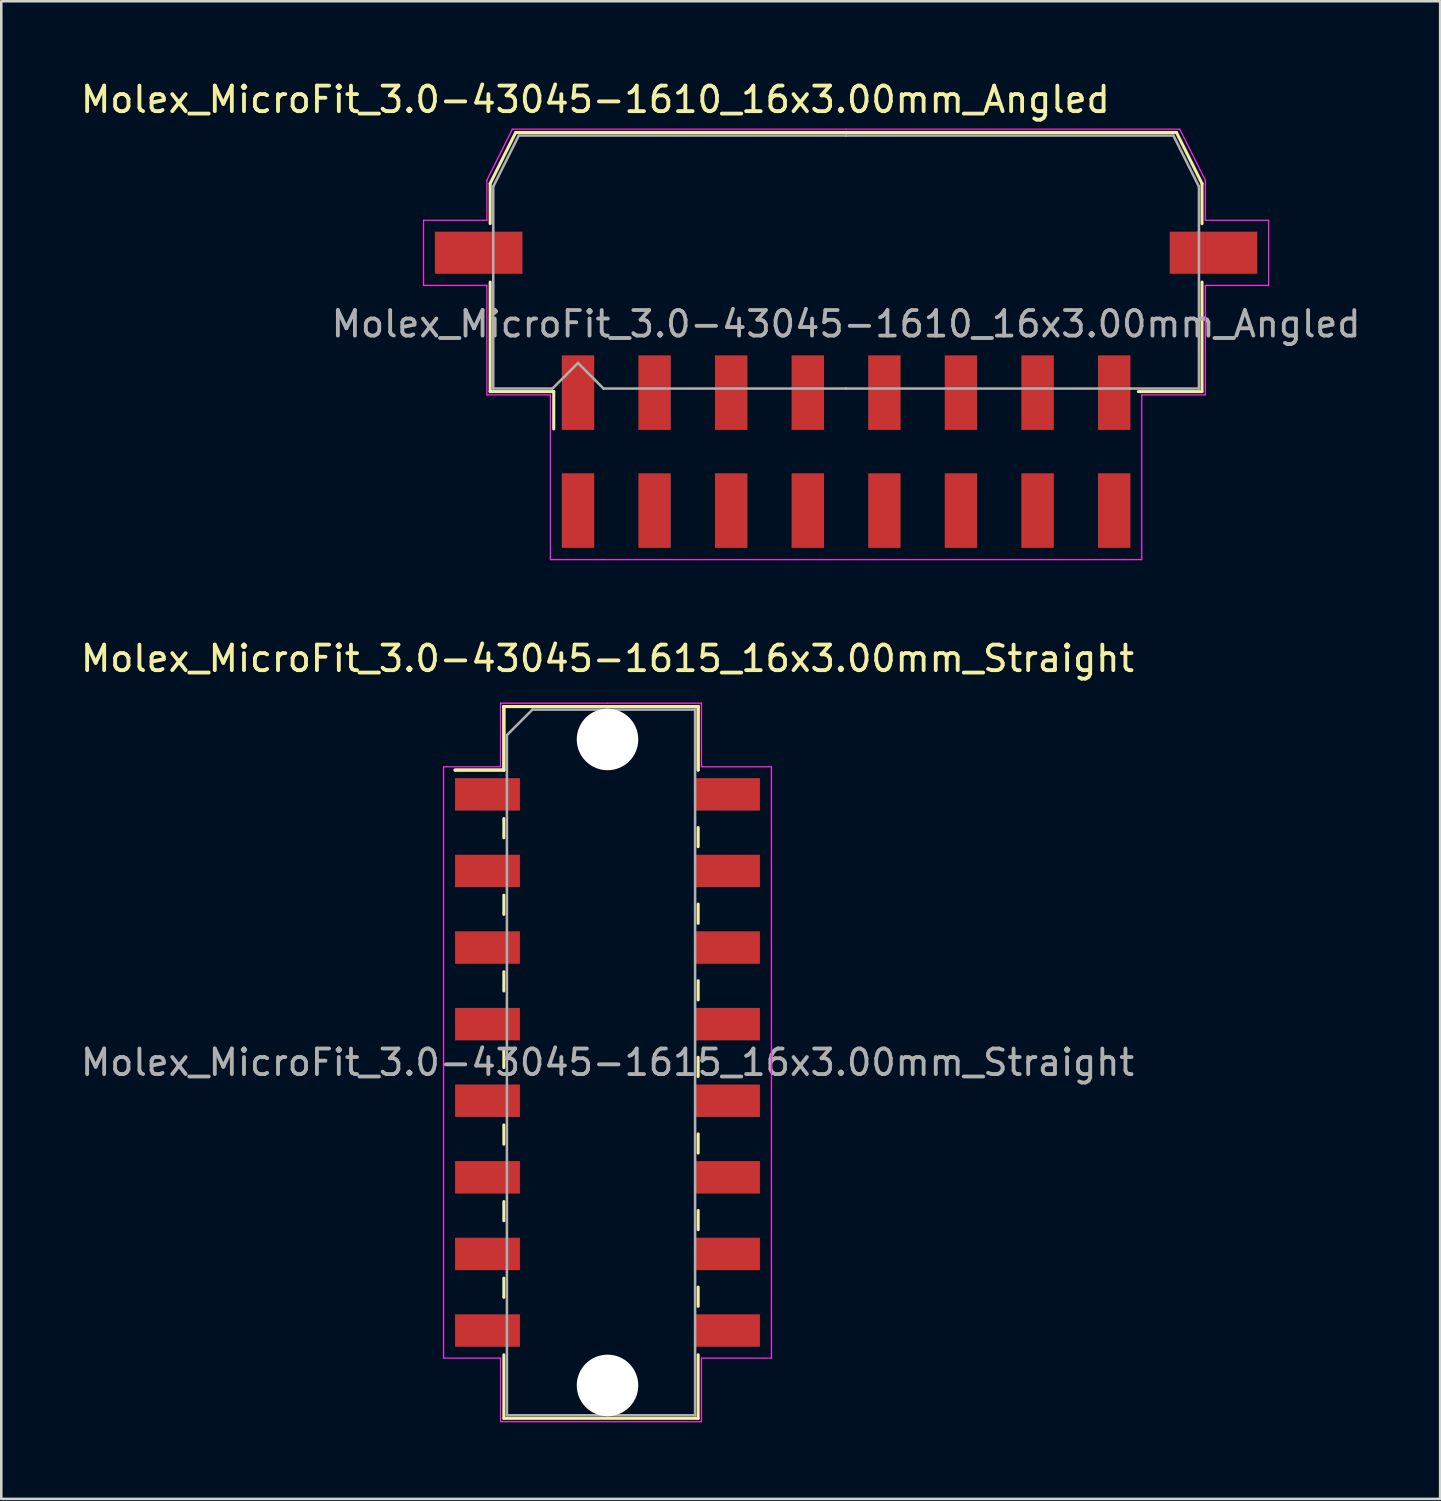
<source format=kicad_pcb>
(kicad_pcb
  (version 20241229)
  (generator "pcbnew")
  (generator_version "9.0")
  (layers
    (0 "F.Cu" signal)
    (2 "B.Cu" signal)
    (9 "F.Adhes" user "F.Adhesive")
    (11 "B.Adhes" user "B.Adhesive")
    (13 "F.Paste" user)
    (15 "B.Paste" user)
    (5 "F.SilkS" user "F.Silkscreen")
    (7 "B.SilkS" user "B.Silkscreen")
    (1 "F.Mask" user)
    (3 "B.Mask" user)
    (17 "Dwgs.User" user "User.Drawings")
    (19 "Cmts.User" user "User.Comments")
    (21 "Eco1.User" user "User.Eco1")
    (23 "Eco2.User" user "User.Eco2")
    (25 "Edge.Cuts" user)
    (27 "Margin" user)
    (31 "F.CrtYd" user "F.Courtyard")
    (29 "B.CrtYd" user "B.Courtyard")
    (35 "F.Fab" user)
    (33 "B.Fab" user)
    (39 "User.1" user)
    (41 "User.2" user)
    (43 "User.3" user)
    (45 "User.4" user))
  (footprint "Molex_MicroFit_3.0-43045-1615_16x3.00mm_Straight"
    (layer "F.Cu")
    (at 20.744 38.562)
    (property "Reference" "Molex_MicroFit_3.0-43045-1615_16x3.00mm_Straight" (at 0 -15.82 0) (layer "F.SilkS") (effects (font (size 1 1) (thickness 0.15))))
    (attr smd)
    (fp_line (start -5.97 -11.45) (end -4.06 -11.45) (stroke (width 0.12) (type solid)) (layer "F.SilkS"))
    (fp_line (start -5.97 -11.45) (end -4.06 -11.45) (stroke (width 0.12) (type solid)) (layer "F.SilkS"))
    (fp_line (start -4.06 -13.94) (end 3.55 -13.94) (stroke (width 0.12) (type solid)) (layer "F.SilkS"))
    (fp_line (start -4.06 -13.94) (end 3.55 -13.94) (stroke (width 0.12) (type solid)) (layer "F.SilkS"))
    (fp_line (start -4.06 -11.45) (end -4.06 -13.94) (stroke (width 0.12) (type solid)) (layer "F.SilkS"))
    (fp_line (start -4.06 -11.45) (end -4.06 -13.94) (stroke (width 0.12) (type solid)) (layer "F.SilkS"))
    (fp_line (start -4.06 -9.55) (end -4.06 -8.8) (stroke (width 0.12) (type solid)) (layer "F.SilkS"))
    (fp_line (start -4.06 -6.55) (end -4.06 -5.8) (stroke (width 0.12) (type solid)) (layer "F.SilkS"))
    (fp_line (start -4.06 -3.55) (end -4.06 -2.8) (stroke (width 0.12) (type solid)) (layer "F.SilkS"))
    (fp_line (start -4.06 -0.55) (end -4.06 0.2) (stroke (width 0.12) (type solid)) (layer "F.SilkS"))
    (fp_line (start -4.06 2.45) (end -4.06 3.2) (stroke (width 0.12) (type solid)) (layer "F.SilkS"))
    (fp_line (start -4.06 5.45) (end -4.06 6.2) (stroke (width 0.12) (type solid)) (layer "F.SilkS"))
    (fp_line (start -4.06 8.45) (end -4.06 9.2) (stroke (width 0.12) (type solid)) (layer "F.SilkS"))
    (fp_line (start -4.06 13.94) (end -4.06 11.45) (stroke (width 0.12) (type solid)) (layer "F.SilkS"))
    (fp_line (start 3.55 -13.94) (end 3.55 -11.45) (stroke (width 0.12) (type solid)) (layer "F.SilkS"))
    (fp_line (start 3.55 -13.94) (end 3.55 -11.45) (stroke (width 0.12) (type solid)) (layer "F.SilkS"))
    (fp_line (start 3.55 -8.45) (end 3.55 -9.2) (stroke (width 0.12) (type solid)) (layer "F.SilkS"))
    (fp_line (start 3.55 -5.45) (end 3.55 -6.2) (stroke (width 0.12) (type solid)) (layer "F.SilkS"))
    (fp_line (start 3.55 -2.45) (end 3.55 -3.2) (stroke (width 0.12) (type solid)) (layer "F.SilkS"))
    (fp_line (start 3.55 0.55) (end 3.55 -0.2) (stroke (width 0.12) (type solid)) (layer "F.SilkS"))
    (fp_line (start 3.55 3.55) (end 3.55 2.8) (stroke (width 0.12) (type solid)) (layer "F.SilkS"))
    (fp_line (start 3.55 6.55) (end 3.55 5.8) (stroke (width 0.12) (type solid)) (layer "F.SilkS"))
    (fp_line (start 3.55 9.55) (end 3.55 8.8) (stroke (width 0.12) (type solid)) (layer "F.SilkS"))
    (fp_line (start 3.55 11.45) (end 3.55 13.94) (stroke (width 0.12) (type solid)) (layer "F.SilkS"))
    (fp_line (start 3.55 13.94) (end -4.06 13.94) (stroke (width 0.12) (type solid)) (layer "F.SilkS"))
    (fp_line (start -6.42 -11.58) (end -4.19 -11.58) (stroke (width 0.05) (type solid)) (layer "F.CrtYd"))
    (fp_line (start -6.42 11.58) (end -6.42 -11.58) (stroke (width 0.05) (type solid)) (layer "F.CrtYd"))
    (fp_line (start -4.19 -14.07) (end 0 -14.07) (stroke (width 0.05) (type solid)) (layer "F.CrtYd"))
    (fp_line (start -4.19 -11.58) (end -4.19 -14.07) (stroke (width 0.05) (type solid)) (layer "F.CrtYd"))
    (fp_line (start -4.19 11.58) (end -6.42 11.58) (stroke (width 0.05) (type solid)) (layer "F.CrtYd"))
    (fp_line (start -4.19 14.07) (end -4.19 11.58) (stroke (width 0.05) (type solid)) (layer "F.CrtYd"))
    (fp_line (start 0 -14.07) (end 3.68 -14.07) (stroke (width 0.05) (type solid)) (layer "F.CrtYd"))
    (fp_line (start 0 14.07) (end -4.19 14.07) (stroke (width 0.05) (type solid)) (layer "F.CrtYd"))
    (fp_line (start 3.68 -14.07) (end 3.68 -11.58) (stroke (width 0.05) (type solid)) (layer "F.CrtYd"))
    (fp_line (start 3.68 -11.58) (end 6.42 -11.58) (stroke (width 0.05) (type solid)) (layer "F.CrtYd"))
    (fp_line (start 3.68 11.58) (end 3.68 14.07) (stroke (width 0.05) (type solid)) (layer "F.CrtYd"))
    (fp_line (start 3.68 14.07) (end 0 14.07) (stroke (width 0.05) (type solid)) (layer "F.CrtYd"))
    (fp_line (start 6.42 -11.58) (end 6.42 11.58) (stroke (width 0.05) (type solid)) (layer "F.CrtYd"))
    (fp_line (start 6.42 11.58) (end 3.68 11.58) (stroke (width 0.05) (type solid)) (layer "F.CrtYd"))
    (fp_line (start -3.94 -12.82) (end -2.94 -13.82) (stroke (width 0.1) (type solid)) (layer "F.Fab"))
    (fp_line (start -3.94 13.82) (end -3.94 -12.82) (stroke (width 0.1) (type solid)) (layer "F.Fab"))
    (fp_line (start -2.94 -13.82) (end 0 -13.82) (stroke (width 0.1) (type solid)) (layer "F.Fab"))
    (fp_line (start 0 -13.82) (end 3.43 -13.82) (stroke (width 0.1) (type solid)) (layer "F.Fab"))
    (fp_line (start 0 13.82) (end -3.94 13.82) (stroke (width 0.1) (type solid)) (layer "F.Fab"))
    (fp_line (start 3.43 -13.82) (end 3.43 13.82) (stroke (width 0.1) (type solid)) (layer "F.Fab"))
    (fp_line (start 3.43 13.82) (end 0 13.82) (stroke (width 0.1) (type solid)) (layer "F.Fab"))
    (fp_text user "${REFERENCE}" (at 0 0 0) (layer "F.Fab") (effects (font (size 1 1) (thickness 0.15))))
    (pad "" np_thru_hole circle (at 0 -12.65) (size 2.41 2.41) (drill 2.41) (layers "*.Cu"))
    (pad "" np_thru_hole circle (at 0 12.65) (size 2.41 2.41) (drill 2.41) (layers "*.Cu"))
    (pad "1" smd rect (at -4.7 -10.5) (size 2.54 1.27) (layers "F.Cu" "F.Mask" "F.Paste"))
    (pad "2" smd rect (at -4.7 -7.5) (size 2.54 1.27) (layers "F.Cu" "F.Mask" "F.Paste"))
    (pad "3" smd rect (at -4.7 -4.5) (size 2.54 1.27) (layers "F.Cu" "F.Mask" "F.Paste"))
    (pad "4" smd rect (at -4.7 -1.5) (size 2.54 1.27) (layers "F.Cu" "F.Mask" "F.Paste"))
    (pad "5" smd rect (at -4.7 1.5) (size 2.54 1.27) (layers "F.Cu" "F.Mask" "F.Paste"))
    (pad "6" smd rect (at -4.7 4.5) (size 2.54 1.27) (layers "F.Cu" "F.Mask" "F.Paste"))
    (pad "7" smd rect (at -4.7 7.5) (size 2.54 1.27) (layers "F.Cu" "F.Mask" "F.Paste"))
    (pad "8" smd rect (at -4.7 10.5) (size 2.54 1.27) (layers "F.Cu" "F.Mask" "F.Paste"))
    (pad "9" smd rect (at 4.7 10.5) (size 2.54 1.27) (layers "F.Cu" "F.Mask" "F.Paste"))
    (pad "10" smd rect (at 4.7 7.5) (size 2.54 1.27) (layers "F.Cu" "F.Mask" "F.Paste"))
    (pad "11" smd rect (at 4.7 4.5) (size 2.54 1.27) (layers "F.Cu" "F.Mask" "F.Paste"))
    (pad "12" smd rect (at 4.7 1.5) (size 2.54 1.27) (layers "F.Cu" "F.Mask" "F.Paste"))
    (pad "13" smd rect (at 4.7 -1.5) (size 2.54 1.27) (layers "F.Cu" "F.Mask" "F.Paste"))
    (pad "14" smd rect (at 4.7 -4.5) (size 2.54 1.27) (layers "F.Cu" "F.Mask" "F.Paste"))
    (pad "15" smd rect (at 4.7 -7.5) (size 2.54 1.27) (layers "F.Cu" "F.Mask" "F.Paste"))
    (pad "16" smd rect (at 4.7 -10.5) (size 2.54 1.27) (layers "F.Cu" "F.Mask" "F.Paste")))
  (footprint "Molex_MicroFit_3.0-43045-1610_16x3.00mm_Angled"
    (layer "F.Cu")
    (at 30.088 14.638)
    (property "Reference" "Molex_MicroFit_3.0-43045-1610_16x3.00mm_Angled" (at -9.82 -13.79 0) (layer "F.SilkS") (effects (font (size 1 1) (thickness 0.15))))
    (attr smd)
    (fp_line (start -13.94 -10.5) (end -13.94 -8.93) (stroke (width 0.12) (type solid)) (layer "F.SilkS"))
    (fp_line (start -13.94 -6.64) (end -13.94 -2.35) (stroke (width 0.12) (type solid)) (layer "F.SilkS"))
    (fp_line (start -13.94 -2.35) (end -11.45 -2.35) (stroke (width 0.12) (type solid)) (layer "F.SilkS"))
    (fp_line (start -12.94 -12.5) (end -13.94 -10.5) (stroke (width 0.12) (type solid)) (layer "F.SilkS"))
    (fp_line (start -11.45 -2.35) (end -11.45 -0.89) (stroke (width 0.12) (type solid)) (layer "F.SilkS"))
    (fp_line (start 0 -12.5) (end -12.94 -12.5) (stroke (width 0.12) (type solid)) (layer "F.SilkS"))
    (fp_line (start 0 -12.5) (end 12.94 -12.5) (stroke (width 0.12) (type solid)) (layer "F.SilkS"))
    (fp_line (start 12.94 -12.5) (end 13.94 -10.5) (stroke (width 0.12) (type solid)) (layer "F.SilkS"))
    (fp_line (start 13.94 -10.5) (end 13.94 -8.93) (stroke (width 0.12) (type solid)) (layer "F.SilkS"))
    (fp_line (start 13.94 -6.64) (end 13.94 -2.35) (stroke (width 0.12) (type solid)) (layer "F.SilkS"))
    (fp_line (start 13.94 -2.35) (end 11.45 -2.35) (stroke (width 0.12) (type solid)) (layer "F.SilkS"))
    (fp_line (start -16.55 -9.06) (end -16.55 -6.51) (stroke (width 0.05) (type solid)) (layer "F.CrtYd"))
    (fp_line (start -16.55 -6.51) (end -14.07 -6.51) (stroke (width 0.05) (type solid)) (layer "F.CrtYd"))
    (fp_line (start -14.07 -10.63) (end -14.07 -9.06) (stroke (width 0.05) (type solid)) (layer "F.CrtYd"))
    (fp_line (start -14.07 -9.06) (end -16.55 -9.06) (stroke (width 0.05) (type solid)) (layer "F.CrtYd"))
    (fp_line (start -14.07 -6.51) (end -14.07 -2.22) (stroke (width 0.05) (type solid)) (layer "F.CrtYd"))
    (fp_line (start -14.07 -2.22) (end -11.58 -2.22) (stroke (width 0.05) (type solid)) (layer "F.CrtYd"))
    (fp_line (start -13.07 -12.63) (end -14.07 -10.63) (stroke (width 0.05) (type solid)) (layer "F.CrtYd"))
    (fp_line (start -11.58 -2.22) (end -11.58 4.23) (stroke (width 0.05) (type solid)) (layer "F.CrtYd"))
    (fp_line (start -11.58 4.23) (end 0 4.23) (stroke (width 0.05) (type solid)) (layer "F.CrtYd"))
    (fp_line (start 0 -12.63) (end -13.07 -12.63) (stroke (width 0.05) (type solid)) (layer "F.CrtYd"))
    (fp_line (start 0 -12.63) (end 13.07 -12.63) (stroke (width 0.05) (type solid)) (layer "F.CrtYd"))
    (fp_line (start 11.58 -2.22) (end 11.58 4.23) (stroke (width 0.05) (type solid)) (layer "F.CrtYd"))
    (fp_line (start 11.58 4.23) (end 0 4.23) (stroke (width 0.05) (type solid)) (layer "F.CrtYd"))
    (fp_line (start 13.07 -12.63) (end 14.07 -10.63) (stroke (width 0.05) (type solid)) (layer "F.CrtYd"))
    (fp_line (start 14.07 -10.63) (end 14.07 -9.06) (stroke (width 0.05) (type solid)) (layer "F.CrtYd"))
    (fp_line (start 14.07 -9.06) (end 16.55 -9.06) (stroke (width 0.05) (type solid)) (layer "F.CrtYd"))
    (fp_line (start 14.07 -6.51) (end 14.07 -2.22) (stroke (width 0.05) (type solid)) (layer "F.CrtYd"))
    (fp_line (start 14.07 -2.22) (end 11.58 -2.22) (stroke (width 0.05) (type solid)) (layer "F.CrtYd"))
    (fp_line (start 16.55 -9.06) (end 16.55 -6.51) (stroke (width 0.05) (type solid)) (layer "F.CrtYd"))
    (fp_line (start 16.55 -6.51) (end 14.07 -6.51) (stroke (width 0.05) (type solid)) (layer "F.CrtYd"))
    (fp_line (start -13.82 -10.38) (end -13.82 -8.61) (stroke (width 0.1) (type solid)) (layer "F.Fab"))
    (fp_line (start -13.82 -8.61) (end -13.82 -2.47) (stroke (width 0.1) (type solid)) (layer "F.Fab"))
    (fp_line (start -13.82 -2.47) (end -11.5 -2.47) (stroke (width 0.1) (type solid)) (layer "F.Fab"))
    (fp_line (start -12.82 -12.38) (end -13.82 -10.38) (stroke (width 0.1) (type solid)) (layer "F.Fab"))
    (fp_line (start -11.5 -2.47) (end -10.5 -3.47) (stroke (width 0.1) (type solid)) (layer "F.Fab"))
    (fp_line (start -10.5 -3.47) (end -9.5 -2.47) (stroke (width 0.1) (type solid)) (layer "F.Fab"))
    (fp_line (start -9.5 -2.47) (end 0 -2.47) (stroke (width 0.1) (type solid)) (layer "F.Fab"))
    (fp_line (start 0 -12.38) (end -12.82 -12.38) (stroke (width 0.1) (type solid)) (layer "F.Fab"))
    (fp_line (start 0 -12.38) (end 12.82 -12.38) (stroke (width 0.1) (type solid)) (layer "F.Fab"))
    (fp_line (start 11.13 -2.47) (end 0 -2.47) (stroke (width 0.1) (type solid)) (layer "F.Fab"))
    (fp_line (start 12.82 -12.38) (end 13.82 -10.38) (stroke (width 0.1) (type solid)) (layer "F.Fab"))
    (fp_line (start 13.82 -10.38) (end 13.82 -8.61) (stroke (width 0.1) (type solid)) (layer "F.Fab"))
    (fp_line (start 13.82 -8.61) (end 13.82 -2.47) (stroke (width 0.1) (type solid)) (layer "F.Fab"))
    (fp_line (start 13.82 -2.47) (end 11.13 -2.47) (stroke (width 0.1) (type solid)) (layer "F.Fab"))
    (fp_text user "${REFERENCE}" (at 0 -5 0) (layer "F.Fab") (effects (font (size 1 1) (thickness 0.15))))
    (pad "" smd rect (at -14.39 -7.79) (size 3.43 1.65) (layers "F.Cu" "F.Mask" "F.Paste"))
    (pad "" smd rect (at 14.39 -7.79) (size 3.43 1.65) (layers "F.Cu" "F.Mask" "F.Paste"))
    (pad "1" smd rect (at -10.5 -2.31) (size 1.27 2.92) (layers "F.Cu" "F.Mask" "F.Paste"))
    (pad "2" smd rect (at -7.5 -2.31) (size 1.27 2.92) (layers "F.Cu" "F.Mask" "F.Paste"))
    (pad "3" smd rect (at -4.5 -2.31) (size 1.27 2.92) (layers "F.Cu" "F.Mask" "F.Paste"))
    (pad "4" smd rect (at -1.5 -2.31) (size 1.27 2.92) (layers "F.Cu" "F.Mask" "F.Paste"))
    (pad "5" smd rect (at 1.5 -2.31) (size 1.27 2.92) (layers "F.Cu" "F.Mask" "F.Paste"))
    (pad "6" smd rect (at 4.5 -2.31) (size 1.27 2.92) (layers "F.Cu" "F.Mask" "F.Paste"))
    (pad "7" smd rect (at 7.5 -2.31) (size 1.27 2.92) (layers "F.Cu" "F.Mask" "F.Paste"))
    (pad "8" smd rect (at 10.5 -2.31) (size 1.27 2.92) (layers "F.Cu" "F.Mask" "F.Paste"))
    (pad "9" smd rect (at 10.5 2.31) (size 1.27 2.92) (layers "F.Cu" "F.Mask" "F.Paste"))
    (pad "10" smd rect (at 7.5 2.31) (size 1.27 2.92) (layers "F.Cu" "F.Mask" "F.Paste"))
    (pad "11" smd rect (at 4.5 2.31) (size 1.27 2.92) (layers "F.Cu" "F.Mask" "F.Paste"))
    (pad "12" smd rect (at 1.5 2.31) (size 1.27 2.92) (layers "F.Cu" "F.Mask" "F.Paste"))
    (pad "13" smd rect (at -1.5 2.31) (size 1.27 2.92) (layers "F.Cu" "F.Mask" "F.Paste"))
    (pad "14" smd rect (at -4.5 2.31) (size 1.27 2.92) (layers "F.Cu" "F.Mask" "F.Paste"))
    (pad "15" smd rect (at -7.5 2.31) (size 1.27 2.92) (layers "F.Cu" "F.Mask" "F.Paste"))
    (pad "16" smd rect (at -10.5 2.31) (size 1.27 2.92) (layers "F.Cu" "F.Mask" "F.Paste")))
  (gr_rect
    (start -3 -3)
    (end 53.356 55.657)
    (stroke (width 0.1) (type default))
    (fill no)
    (layer "Edge.Cuts")))
</source>
